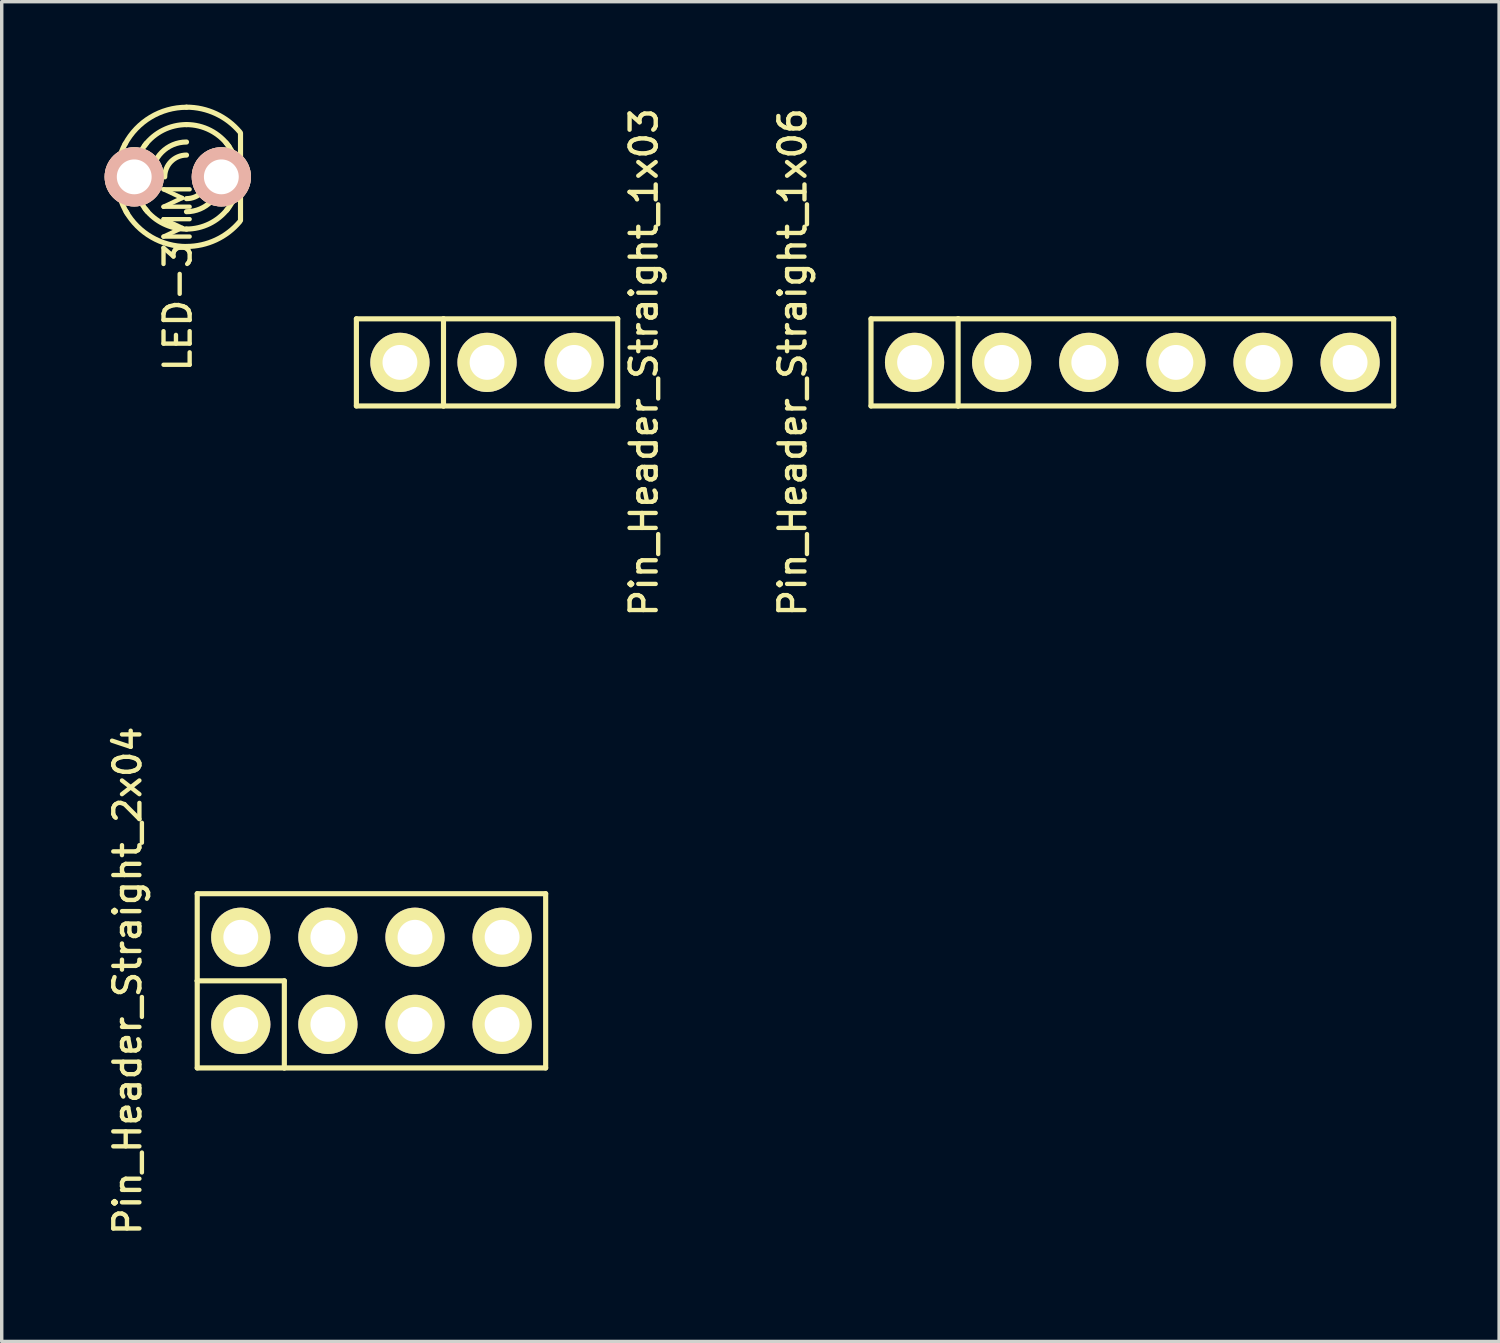
<source format=kicad_pcb>
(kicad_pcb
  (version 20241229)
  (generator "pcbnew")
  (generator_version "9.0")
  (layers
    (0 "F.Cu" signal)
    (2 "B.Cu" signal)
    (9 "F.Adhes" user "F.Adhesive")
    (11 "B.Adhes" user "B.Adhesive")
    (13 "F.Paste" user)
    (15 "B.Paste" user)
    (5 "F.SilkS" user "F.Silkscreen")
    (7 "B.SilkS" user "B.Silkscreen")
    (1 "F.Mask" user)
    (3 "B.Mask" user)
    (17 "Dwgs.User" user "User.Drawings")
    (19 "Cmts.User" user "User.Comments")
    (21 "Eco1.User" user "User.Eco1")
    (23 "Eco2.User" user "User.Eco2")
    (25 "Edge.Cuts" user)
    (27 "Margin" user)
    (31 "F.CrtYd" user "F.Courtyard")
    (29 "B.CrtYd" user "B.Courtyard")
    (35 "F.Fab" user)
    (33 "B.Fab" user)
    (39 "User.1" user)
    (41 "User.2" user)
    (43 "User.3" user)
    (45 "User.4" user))
  (footprint "Pin_Header_Straight_1x03"
    (layer "F.Cu")
    (at 11.152 7.517)
    (property "Reference" "Pin_Header_Straight_1x03" (at 4.572 0 90) (layer "F.SilkS") (effects (font (size 0.762 0.762) (thickness 0.127))))
    (attr through_hole)
    (fp_line (start -3.81 -1.27) (end -3.81 1.27) (stroke (width 0.15) (type solid)) (layer "F.SilkS"))
    (fp_line (start -3.81 -1.27) (end -1.27 -1.27) (stroke (width 0.15) (type solid)) (layer "F.SilkS"))
    (fp_line (start -3.81 1.27) (end -1.27 1.27) (stroke (width 0.15) (type solid)) (layer "F.SilkS"))
    (fp_line (start -1.27 -1.27) (end -1.27 1.27) (stroke (width 0.15) (type solid)) (layer "F.SilkS"))
    (fp_line (start -1.27 1.27) (end 3.81 1.27) (stroke (width 0.15) (type solid)) (layer "F.SilkS"))
    (fp_line (start 3.81 -1.27) (end -1.27 -1.27) (stroke (width 0.15) (type solid)) (layer "F.SilkS"))
    (fp_line (start 3.81 1.27) (end 3.81 -1.27) (stroke (width 0.15) (type solid)) (layer "F.SilkS"))
    (pad "1" thru_hole oval (at -2.54 0) (size 1.727 1.727) (drill 1.016) (layers "*.Cu" "*.Mask" "F.SilkS"))
    (pad "2" thru_hole oval (at 0 0) (size 1.727 1.727) (drill 1.016) (layers "*.Cu" "*.Mask" "F.SilkS"))
    (pad "3" thru_hole oval (at 2.54 0) (size 1.727 1.727) (drill 1.016) (layers "*.Cu" "*.Mask" "F.SilkS")))
  (footprint "Pin_Header_Straight_2x04"
    (layer "F.Cu")
    (at 7.781 25.55)
    (property "Reference" "Pin_Header_Straight_2x04" (at -7.112 0 90) (layer "F.SilkS") (effects (font (size 0.762 0.762) (thickness 0.127))))
    (attr through_hole)
    (fp_line (start -5.08 -2.54) (end -5.08 0) (stroke (width 0.15) (type solid)) (layer "F.SilkS"))
    (fp_line (start -5.08 0) (end -2.54 0) (stroke (width 0.15) (type solid)) (layer "F.SilkS"))
    (fp_line (start -5.08 2.54) (end -5.08 0) (stroke (width 0.15) (type solid)) (layer "F.SilkS"))
    (fp_line (start -5.08 2.54) (end -2.54 2.54) (stroke (width 0.15) (type solid)) (layer "F.SilkS"))
    (fp_line (start -2.54 0) (end -2.54 2.54) (stroke (width 0.15) (type solid)) (layer "F.SilkS"))
    (fp_line (start -2.54 2.54) (end 5.08 2.54) (stroke (width 0.15) (type solid)) (layer "F.SilkS"))
    (fp_line (start 5.08 -2.54) (end -5.08 -2.54) (stroke (width 0.15) (type solid)) (layer "F.SilkS"))
    (fp_line (start 5.08 2.54) (end 5.08 -2.54) (stroke (width 0.15) (type solid)) (layer "F.SilkS"))
    (pad "1" thru_hole oval (at -3.81 1.27) (size 1.727 1.727) (drill 1.016) (layers "*.Cu" "*.Mask" "F.SilkS"))
    (pad "2" thru_hole oval (at -3.81 -1.27) (size 1.727 1.727) (drill 1.016) (layers "*.Cu" "*.Mask" "F.SilkS"))
    (pad "3" thru_hole oval (at -1.27 1.27) (size 1.727 1.727) (drill 1.016) (layers "*.Cu" "*.Mask" "F.SilkS"))
    (pad "4" thru_hole oval (at -1.27 -1.27) (size 1.727 1.727) (drill 1.016) (layers "*.Cu" "*.Mask" "F.SilkS"))
    (pad "5" thru_hole oval (at 1.27 1.27) (size 1.727 1.727) (drill 1.016) (layers "*.Cu" "*.Mask" "F.SilkS"))
    (pad "6" thru_hole oval (at 1.27 -1.27) (size 1.727 1.727) (drill 1.016) (layers "*.Cu" "*.Mask" "F.SilkS"))
    (pad "7" thru_hole oval (at 3.81 1.27) (size 1.727 1.727) (drill 1.016) (layers "*.Cu" "*.Mask" "F.SilkS"))
    (pad "8" thru_hole oval (at 3.81 -1.27) (size 1.727 1.727) (drill 1.016) (layers "*.Cu" "*.Mask" "F.SilkS")))
  (footprint "Pin_Header_Straight_1x06"
    (layer "F.Cu")
    (at 29.968 7.517)
    (property "Reference" "Pin_Header_Straight_1x06" (at -9.906 0 90) (layer "F.SilkS") (effects (font (size 0.762 0.762) (thickness 0.127))))
    (attr through_hole)
    (fp_line (start -7.62 -1.27) (end -7.62 1.27) (stroke (width 0.15) (type solid)) (layer "F.SilkS"))
    (fp_line (start -7.62 -1.27) (end -5.08 -1.27) (stroke (width 0.15) (type solid)) (layer "F.SilkS"))
    (fp_line (start -7.62 1.27) (end -5.08 1.27) (stroke (width 0.15) (type solid)) (layer "F.SilkS"))
    (fp_line (start -5.08 -1.27) (end -5.08 1.27) (stroke (width 0.15) (type solid)) (layer "F.SilkS"))
    (fp_line (start -5.08 -1.27) (end 7.62 -1.27) (stroke (width 0.15) (type solid)) (layer "F.SilkS"))
    (fp_line (start 7.62 -1.27) (end 7.62 1.27) (stroke (width 0.15) (type solid)) (layer "F.SilkS"))
    (fp_line (start 7.62 1.27) (end -5.08 1.27) (stroke (width 0.15) (type solid)) (layer "F.SilkS"))
    (pad "1" thru_hole oval (at -6.35 0) (size 1.727 1.727) (drill 1.016) (layers "*.Cu" "*.Mask" "F.SilkS"))
    (pad "2" thru_hole oval (at -3.81 0) (size 1.727 1.727) (drill 1.016) (layers "*.Cu" "*.Mask" "F.SilkS"))
    (pad "3" thru_hole oval (at -1.27 0) (size 1.727 1.727) (drill 1.016) (layers "*.Cu" "*.Mask" "F.SilkS"))
    (pad "4" thru_hole oval (at 1.27 0) (size 1.727 1.727) (drill 1.016) (layers "*.Cu" "*.Mask" "F.SilkS"))
    (pad "5" thru_hole oval (at 3.81 0) (size 1.727 1.727) (drill 1.016) (layers "*.Cu" "*.Mask" "F.SilkS"))
    (pad "6" thru_hole oval (at 6.35 0) (size 1.727 1.727) (drill 1.016) (layers "*.Cu" "*.Mask" "F.SilkS")))
  (footprint "LED-3MM"
    (layer "F.Cu")
    (at 2.134 2.107)
    (property "Reference" "LED-3MM" (at 0 2.921 270) (layer "F.SilkS") (effects (font (size 0.762 0.762) (thickness 0.127))))
    (attr through_hole)
    (fp_line (start 1.829 1.27) (end 1.829 -1.27) (stroke (width 0.15) (type solid)) (layer "F.SilkS"))
    (fp_arc (start -1.778 0) (mid -1.716347 -0.496745) (end -1.53513 -0.963347) (stroke (width 0.15) (type solid)) (layer "F.SilkS"))
    (fp_arc (start -1.5367 -0.95504) (mid -0.790567 -1.739997) (end 0.253025 -2.02946) (stroke (width 0.15) (type solid)) (layer "F.SilkS"))
    (fp_arc (start -1.47574 1.06426) (mid -1.700164 0.553076) (end -1.776923 0.0001) (stroke (width 0.15) (type solid)) (layer "F.SilkS"))
    (fp_arc (start -1.27 0) (mid -1.178999 -0.518738) (end -0.916864 -0.975527) (stroke (width 0.15) (type solid)) (layer "F.SilkS"))
    (fp_arc (start -0.9652 -0.9144) (mid -0.427912 -1.362928) (end 0.253199 -1.524) (stroke (width 0.15) (type solid)) (layer "F.SilkS"))
    (fp_arc (start -0.88392 1.01092) (mid -1.168742 0.540951) (end -1.268111 0.000469) (stroke (width 0.15) (type solid)) (layer "F.SilkS"))
    (fp_arc (start -0.762 0) (mid -0.46442 -0.71842) (end 0.254 -1.016) (stroke (width 0.15) (type solid)) (layer "F.SilkS"))
    (fp_arc (start -0.381 0) (mid -0.195013 -0.449013) (end 0.254 -0.635) (stroke (width 0.15) (type solid)) (layer "F.SilkS"))
    (fp_arc (start 0.254 -2.032) (mid 1.114367 -1.840867) (end 1.81288 -1.303426) (stroke (width 0.15) (type solid)) (layer "F.SilkS"))
    (fp_arc (start 0.254 -1.524) (mid 0.950618 -1.35547) (end 1.493166 -0.887155) (stroke (width 0.15) (type solid)) (layer "F.SilkS"))
    (fp_arc (start 0.254 1.524) (mid -0.415273 1.369179) (end -0.948564 0.936171) (stroke (width 0.15) (type solid)) (layer "F.SilkS"))
    (fp_arc (start 0.254 2.032) (mid -0.76507 1.757988) (end -1.509299 1.009851) (stroke (width 0.15) (type solid)) (layer "F.SilkS"))
    (fp_arc (start 0.889 0) (mid 0.703013 0.449013) (end 0.254 0.635) (stroke (width 0.15) (type solid)) (layer "F.SilkS"))
    (fp_arc (start 1.27 0) (mid 0.97242 0.71842) (end 0.254 1.016) (stroke (width 0.15) (type solid)) (layer "F.SilkS"))
    (fp_arc (start 1.4097 -0.9906) (mid 1.681593 -0.528119) (end 1.776147 -0.000034) (stroke (width 0.15) (type solid)) (layer "F.SilkS"))
    (fp_arc (start 1.45542 0.93472) (mid 0.922882 1.367373) (end 0.254442 1.522206) (stroke (width 0.15) (type solid)) (layer "F.SilkS"))
    (fp_arc (start 1.778 0) (mid 1.686999 0.518738) (end 1.424864 0.975527) (stroke (width 0.15) (type solid)) (layer "F.SilkS"))
    (fp_arc (start 1.8034 1.31064) (mid 1.109154 1.840416) (end 0.256552 2.029387) (stroke (width 0.15) (type solid)) (layer "F.SilkS"))
    (pad "1" thru_hole circle (at -1.27 0) (size 1.727 1.727) (drill 1.016) (layers "*.Cu" "*.SilkS" "*.Mask"))
    (pad "2" thru_hole circle (at 1.27 0) (size 1.727 1.727) (drill 1.016) (layers "*.Cu" "*.SilkS" "*.Mask")))
  (gr_rect
    (start -3 -3)
    (end 40.663 36.066)
    (stroke (width 0.1) (type default))
    (fill no)
    (layer "Edge.Cuts")))
</source>
